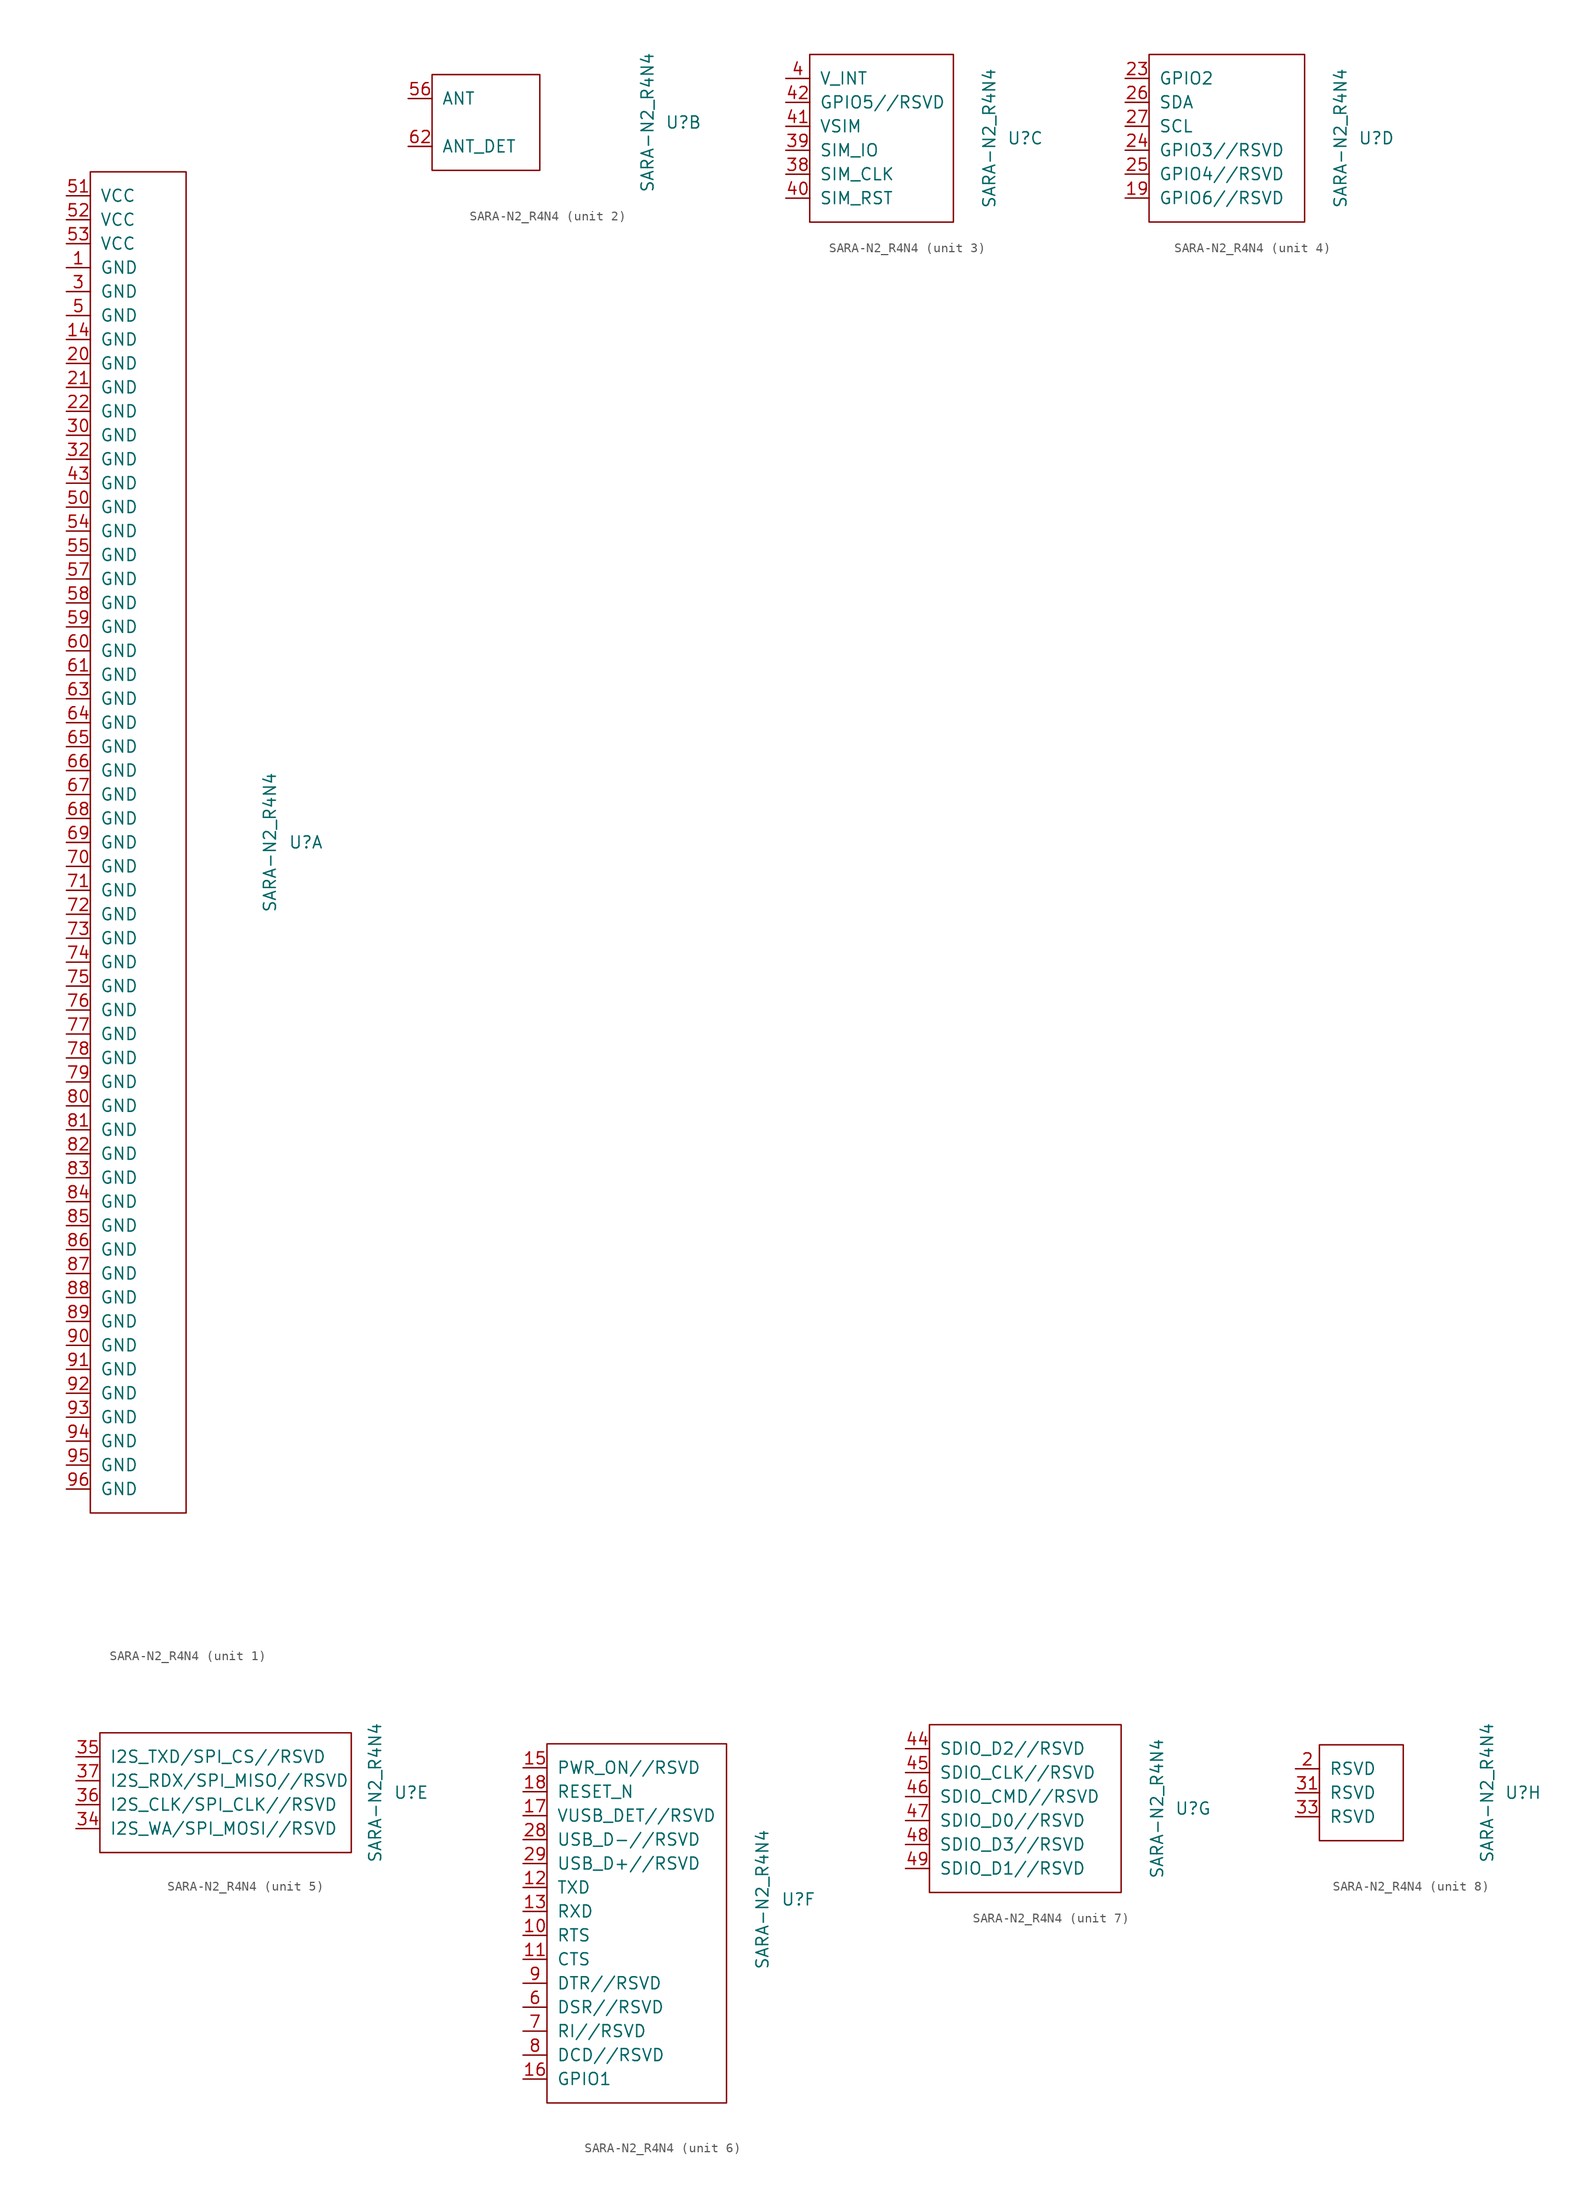
<source format=kicad_sym>
(kicad_symbol_lib
  (version 20211014)
  (generator kicad_symbol_editor)
  (symbol "SARA-N2_R4N4"
    (pin_names
      (offset 1.016))
    (property "Reference" "U"
      (at 20.32 0 0)
      (effects (font (size 1.27 1.27))))
    (property "Value" "SARA-N2_R4N4"
      (at 16.51 0 90)
      (effects (font (size 1.27 1.27))))
    (symbol "SARA-N2_R4N4_1_1"
      (rectangle (start -2.54 71.12) (end 7.62 -71.12) (stroke (width 0) (type default) (color 0 0 0 0)) (fill (type none)))
      (pin passive line (at -5.08 60.96 0) (length 2.54) (name "GND" (effects (font (size 1.27 1.27)))) (number "1" (effects (font (size 1.27 1.27)))))
      (pin passive line (at -5.08 53.34 0) (length 2.54) (name "GND" (effects (font (size 1.27 1.27)))) (number "14" (effects (font (size 1.27 1.27)))))
      (pin passive line (at -5.08 50.8 0) (length 2.54) (name "GND" (effects (font (size 1.27 1.27)))) (number "20" (effects (font (size 1.27 1.27)))))
      (pin passive line (at -5.08 48.26 0) (length 2.54) (name "GND" (effects (font (size 1.27 1.27)))) (number "21" (effects (font (size 1.27 1.27)))))
      (pin passive line (at -5.08 45.72 0) (length 2.54) (name "GND" (effects (font (size 1.27 1.27)))) (number "22" (effects (font (size 1.27 1.27)))))
      (pin passive line (at -5.08 58.42 0) (length 2.54) (name "GND" (effects (font (size 1.27 1.27)))) (number "3" (effects (font (size 1.27 1.27)))))
      (pin passive line (at -5.08 43.18 0) (length 2.54) (name "GND" (effects (font (size 1.27 1.27)))) (number "30" (effects (font (size 1.27 1.27)))))
      (pin passive line (at -5.08 40.64 0) (length 2.54) (name "GND" (effects (font (size 1.27 1.27)))) (number "32" (effects (font (size 1.27 1.27)))))
      (pin passive line (at -5.08 38.1 0) (length 2.54) (name "GND" (effects (font (size 1.27 1.27)))) (number "43" (effects (font (size 1.27 1.27)))))
      (pin passive line (at -5.08 55.88 0) (length 2.54) (name "GND" (effects (font (size 1.27 1.27)))) (number "5" (effects (font (size 1.27 1.27)))))
      (pin passive line (at -5.08 35.56 0) (length 2.54) (name "GND" (effects (font (size 1.27 1.27)))) (number "50" (effects (font (size 1.27 1.27)))))
      (pin passive line (at -5.08 68.58 0) (length 2.54) (name "VCC" (effects (font (size 1.27 1.27)))) (number "51" (effects (font (size 1.27 1.27)))))
      (pin passive line (at -5.08 66.04 0) (length 2.54) (name "VCC" (effects (font (size 1.27 1.27)))) (number "52" (effects (font (size 1.27 1.27)))))
      (pin passive line (at -5.08 63.5 0) (length 2.54) (name "VCC" (effects (font (size 1.27 1.27)))) (number "53" (effects (font (size 1.27 1.27)))))
      (pin passive line (at -5.08 33.02 0) (length 2.54) (name "GND" (effects (font (size 1.27 1.27)))) (number "54" (effects (font (size 1.27 1.27)))))
      (pin passive line (at -5.08 30.48 0) (length 2.54) (name "GND" (effects (font (size 1.27 1.27)))) (number "55" (effects (font (size 1.27 1.27)))))
      (pin passive line (at -5.08 27.94 0) (length 2.54) (name "GND" (effects (font (size 1.27 1.27)))) (number "57" (effects (font (size 1.27 1.27)))))
      (pin passive line (at -5.08 25.4 0) (length 2.54) (name "GND" (effects (font (size 1.27 1.27)))) (number "58" (effects (font (size 1.27 1.27)))))
      (pin passive line (at -5.08 22.86 0) (length 2.54) (name "GND" (effects (font (size 1.27 1.27)))) (number "59" (effects (font (size 1.27 1.27)))))
      (pin passive line (at -5.08 20.32 0) (length 2.54) (name "GND" (effects (font (size 1.27 1.27)))) (number "60" (effects (font (size 1.27 1.27)))))
      (pin passive line (at -5.08 17.78 0) (length 2.54) (name "GND" (effects (font (size 1.27 1.27)))) (number "61" (effects (font (size 1.27 1.27)))))
      (pin passive line (at -5.08 15.24 0) (length 2.54) (name "GND" (effects (font (size 1.27 1.27)))) (number "63" (effects (font (size 1.27 1.27)))))
      (pin passive line (at -5.08 12.7 0) (length 2.54) (name "GND" (effects (font (size 1.27 1.27)))) (number "64" (effects (font (size 1.27 1.27)))))
      (pin passive line (at -5.08 10.16 0) (length 2.54) (name "GND" (effects (font (size 1.27 1.27)))) (number "65" (effects (font (size 1.27 1.27)))))
      (pin passive line (at -5.08 7.62 0) (length 2.54) (name "GND" (effects (font (size 1.27 1.27)))) (number "66" (effects (font (size 1.27 1.27)))))
      (pin passive line (at -5.08 5.08 0) (length 2.54) (name "GND" (effects (font (size 1.27 1.27)))) (number "67" (effects (font (size 1.27 1.27)))))
      (pin passive line (at -5.08 2.54 0) (length 2.54) (name "GND" (effects (font (size 1.27 1.27)))) (number "68" (effects (font (size 1.27 1.27)))))
      (pin passive line (at -5.08 0 0) (length 2.54) (name "GND" (effects (font (size 1.27 1.27)))) (number "69" (effects (font (size 1.27 1.27)))))
      (pin passive line (at -5.08 -2.54 0) (length 2.54) (name "GND" (effects (font (size 1.27 1.27)))) (number "70" (effects (font (size 1.27 1.27)))))
      (pin passive line (at -5.08 -5.08 0) (length 2.54) (name "GND" (effects (font (size 1.27 1.27)))) (number "71" (effects (font (size 1.27 1.27)))))
      (pin passive line (at -5.08 -7.62 0) (length 2.54) (name "GND" (effects (font (size 1.27 1.27)))) (number "72" (effects (font (size 1.27 1.27)))))
      (pin passive line (at -5.08 -10.16 0) (length 2.54) (name "GND" (effects (font (size 1.27 1.27)))) (number "73" (effects (font (size 1.27 1.27)))))
      (pin passive line (at -5.08 -12.7 0) (length 2.54) (name "GND" (effects (font (size 1.27 1.27)))) (number "74" (effects (font (size 1.27 1.27)))))
      (pin passive line (at -5.08 -15.24 0) (length 2.54) (name "GND" (effects (font (size 1.27 1.27)))) (number "75" (effects (font (size 1.27 1.27)))))
      (pin passive line (at -5.08 -17.78 0) (length 2.54) (name "GND" (effects (font (size 1.27 1.27)))) (number "76" (effects (font (size 1.27 1.27)))))
      (pin passive line (at -5.08 -20.32 0) (length 2.54) (name "GND" (effects (font (size 1.27 1.27)))) (number "77" (effects (font (size 1.27 1.27)))))
      (pin passive line (at -5.08 -22.86 0) (length 2.54) (name "GND" (effects (font (size 1.27 1.27)))) (number "78" (effects (font (size 1.27 1.27)))))
      (pin passive line (at -5.08 -25.4 0) (length 2.54) (name "GND" (effects (font (size 1.27 1.27)))) (number "79" (effects (font (size 1.27 1.27)))))
      (pin passive line (at -5.08 -27.94 0) (length 2.54) (name "GND" (effects (font (size 1.27 1.27)))) (number "80" (effects (font (size 1.27 1.27)))))
      (pin passive line (at -5.08 -30.48 0) (length 2.54) (name "GND" (effects (font (size 1.27 1.27)))) (number "81" (effects (font (size 1.27 1.27)))))
      (pin passive line (at -5.08 -33.02 0) (length 2.54) (name "GND" (effects (font (size 1.27 1.27)))) (number "82" (effects (font (size 1.27 1.27)))))
      (pin passive line (at -5.08 -35.56 0) (length 2.54) (name "GND" (effects (font (size 1.27 1.27)))) (number "83" (effects (font (size 1.27 1.27)))))
      (pin passive line (at -5.08 -38.1 0) (length 2.54) (name "GND" (effects (font (size 1.27 1.27)))) (number "84" (effects (font (size 1.27 1.27)))))
      (pin passive line (at -5.08 -40.64 0) (length 2.54) (name "GND" (effects (font (size 1.27 1.27)))) (number "85" (effects (font (size 1.27 1.27)))))
      (pin passive line (at -5.08 -43.18 0) (length 2.54) (name "GND" (effects (font (size 1.27 1.27)))) (number "86" (effects (font (size 1.27 1.27)))))
      (pin passive line (at -5.08 -45.72 0) (length 2.54) (name "GND" (effects (font (size 1.27 1.27)))) (number "87" (effects (font (size 1.27 1.27)))))
      (pin passive line (at -5.08 -48.26 0) (length 2.54) (name "GND" (effects (font (size 1.27 1.27)))) (number "88" (effects (font (size 1.27 1.27)))))
      (pin passive line (at -5.08 -50.8 0) (length 2.54) (name "GND" (effects (font (size 1.27 1.27)))) (number "89" (effects (font (size 1.27 1.27)))))
      (pin passive line (at -5.08 -53.34 0) (length 2.54) (name "GND" (effects (font (size 1.27 1.27)))) (number "90" (effects (font (size 1.27 1.27)))))
      (pin passive line (at -5.08 -55.88 0) (length 2.54) (name "GND" (effects (font (size 1.27 1.27)))) (number "91" (effects (font (size 1.27 1.27)))))
      (pin passive line (at -5.08 -58.42 0) (length 2.54) (name "GND" (effects (font (size 1.27 1.27)))) (number "92" (effects (font (size 1.27 1.27)))))
      (pin passive line (at -5.08 -60.96 0) (length 2.54) (name "GND" (effects (font (size 1.27 1.27)))) (number "93" (effects (font (size 1.27 1.27)))))
      (pin passive line (at -5.08 -63.5 0) (length 2.54) (name "GND" (effects (font (size 1.27 1.27)))) (number "94" (effects (font (size 1.27 1.27)))))
      (pin passive line (at -5.08 -66.04 0) (length 2.54) (name "GND" (effects (font (size 1.27 1.27)))) (number "95" (effects (font (size 1.27 1.27)))))
      (pin passive line (at -5.08 -68.58 0) (length 2.54) (name "GND" (effects (font (size 1.27 1.27)))) (number "96" (effects (font (size 1.27 1.27))))))
    (symbol "SARA-N2_R4N4_2_1"
      (rectangle (start -6.35 5.08) (end 5.08 -5.08) (stroke (width 0) (type default) (color 0 0 0 0)) (fill (type none)))
      (pin passive line (at -8.89 2.54 0) (length 2.54) (name "ANT" (effects (font (size 1.27 1.27)))) (number "56" (effects (font (size 1.27 1.27)))))
      (pin passive line (at -8.89 -2.54 0) (length 2.54) (name "ANT_DET" (effects (font (size 1.27 1.27)))) (number "62" (effects (font (size 1.27 1.27))))))
    (symbol "SARA-N2_R4N4_3_1"
      (rectangle (start -2.54 8.89) (end 12.7 -8.89) (stroke (width 0) (type default) (color 0 0 0 0)) (fill (type none)))
      (pin passive line (at -5.08 -3.81 0) (length 2.54) (name "SIM_CLK" (effects (font (size 1.27 1.27)))) (number "38" (effects (font (size 1.27 1.27)))))
      (pin passive line (at -5.08 -1.27 0) (length 2.54) (name "SIM_IO" (effects (font (size 1.27 1.27)))) (number "39" (effects (font (size 1.27 1.27)))))
      (pin passive line (at -5.08 6.35 0) (length 2.54) (name "V_INT" (effects (font (size 1.27 1.27)))) (number "4" (effects (font (size 1.27 1.27)))))
      (pin passive line (at -5.08 -6.35 0) (length 2.54) (name "SIM_RST" (effects (font (size 1.27 1.27)))) (number "40" (effects (font (size 1.27 1.27)))))
      (pin passive line (at -5.08 1.27 0) (length 2.54) (name "VSIM" (effects (font (size 1.27 1.27)))) (number "41" (effects (font (size 1.27 1.27)))))
      (pin passive line (at -5.08 3.81 0) (length 2.54) (name "GPIO5//RSVD" (effects (font (size 1.27 1.27)))) (number "42" (effects (font (size 1.27 1.27))))))
    (symbol "SARA-N2_R4N4_4_1"
      (rectangle (start -3.81 8.89) (end 12.7 -8.89) (stroke (width 0) (type default) (color 0 0 0 0)) (fill (type none)))
      (pin passive line (at -6.35 -6.35 0) (length 2.54) (name "GPIO6//RSVD" (effects (font (size 1.27 1.27)))) (number "19" (effects (font (size 1.27 1.27)))))
      (pin passive line (at -6.35 6.35 0) (length 2.54) (name "GPIO2" (effects (font (size 1.27 1.27)))) (number "23" (effects (font (size 1.27 1.27)))))
      (pin passive line (at -6.35 -1.27 0) (length 2.54) (name "GPIO3//RSVD" (effects (font (size 1.27 1.27)))) (number "24" (effects (font (size 1.27 1.27)))))
      (pin passive line (at -6.35 -3.81 0) (length 2.54) (name "GPIO4//RSVD" (effects (font (size 1.27 1.27)))) (number "25" (effects (font (size 1.27 1.27)))))
      (pin passive line (at -6.35 3.81 0) (length 2.54) (name "SDA" (effects (font (size 1.27 1.27)))) (number "26" (effects (font (size 1.27 1.27)))))
      (pin passive line (at -6.35 1.27 0) (length 2.54) (name "SCL" (effects (font (size 1.27 1.27)))) (number "27" (effects (font (size 1.27 1.27))))))
    (symbol "SARA-N2_R4N4_5_1"
      (rectangle (start -12.7 6.35) (end 13.97 -6.35) (stroke (width 0) (type default) (color 0 0 0 0)) (fill (type none)))
      (pin passive line (at -15.24 -3.81 0) (length 2.54) (name "I2S_WA/SPI_MOSI//RSVD" (effects (font (size 1.27 1.27)))) (number "34" (effects (font (size 1.27 1.27)))))
      (pin passive line (at -15.24 3.81 0) (length 2.54) (name "I2S_TXD/SPI_CS//RSVD" (effects (font (size 1.27 1.27)))) (number "35" (effects (font (size 1.27 1.27)))))
      (pin passive line (at -15.24 -1.27 0) (length 2.54) (name "I2S_CLK/SPI_CLK//RSVD" (effects (font (size 1.27 1.27)))) (number "36" (effects (font (size 1.27 1.27)))))
      (pin passive line (at -15.24 1.27 0) (length 2.54) (name "I2S_RDX/SPI_MISO//RSVD" (effects (font (size 1.27 1.27)))) (number "37" (effects (font (size 1.27 1.27))))))
    (symbol "SARA-N2_R4N4_6_1"
      (rectangle (start -6.35 16.51) (end 12.7 -21.59) (stroke (width 0) (type default) (color 0 0 0 0)) (fill (type none)))
      (pin passive line (at -8.89 -3.81 0) (length 2.54) (name "RTS" (effects (font (size 1.27 1.27)))) (number "10" (effects (font (size 1.27 1.27)))))
      (pin passive line (at -8.89 -6.35 0) (length 2.54) (name "CTS" (effects (font (size 1.27 1.27)))) (number "11" (effects (font (size 1.27 1.27)))))
      (pin passive line (at -8.89 1.27 0) (length 2.54) (name "TXD" (effects (font (size 1.27 1.27)))) (number "12" (effects (font (size 1.27 1.27)))))
      (pin passive line (at -8.89 -1.27 0) (length 2.54) (name "RXD" (effects (font (size 1.27 1.27)))) (number "13" (effects (font (size 1.27 1.27)))))
      (pin passive line (at -8.89 13.97 0) (length 2.54) (name "PWR_ON//RSVD" (effects (font (size 1.27 1.27)))) (number "15" (effects (font (size 1.27 1.27)))))
      (pin passive line (at -8.89 -19.05 0) (length 2.54) (name "GPIO1" (effects (font (size 1.27 1.27)))) (number "16" (effects (font (size 1.27 1.27)))))
      (pin passive line (at -8.89 8.89 0) (length 2.54) (name "VUSB_DET//RSVD" (effects (font (size 1.27 1.27)))) (number "17" (effects (font (size 1.27 1.27)))))
      (pin passive line (at -8.89 11.43 0) (length 2.54) (name "RESET_N" (effects (font (size 1.27 1.27)))) (number "18" (effects (font (size 1.27 1.27)))))
      (pin passive line (at -8.89 6.35 0) (length 2.54) (name "USB_D-//RSVD" (effects (font (size 1.27 1.27)))) (number "28" (effects (font (size 1.27 1.27)))))
      (pin passive line (at -8.89 3.81 0) (length 2.54) (name "USB_D+//RSVD" (effects (font (size 1.27 1.27)))) (number "29" (effects (font (size 1.27 1.27)))))
      (pin passive line (at -8.89 -11.43 0) (length 2.54) (name "DSR//RSVD" (effects (font (size 1.27 1.27)))) (number "6" (effects (font (size 1.27 1.27)))))
      (pin passive line (at -8.89 -13.97 0) (length 2.54) (name "RI//RSVD" (effects (font (size 1.27 1.27)))) (number "7" (effects (font (size 1.27 1.27)))))
      (pin passive line (at -8.89 -16.51 0) (length 2.54) (name "DCD//RSVD" (effects (font (size 1.27 1.27)))) (number "8" (effects (font (size 1.27 1.27)))))
      (pin passive line (at -8.89 -8.89 0) (length 2.54) (name "DTR//RSVD" (effects (font (size 1.27 1.27)))) (number "9" (effects (font (size 1.27 1.27))))))
    (symbol "SARA-N2_R4N4_7_1"
      (rectangle (start -7.62 8.89) (end 12.7 -8.89) (stroke (width 0) (type default) (color 0 0 0 0)) (fill (type none)))
      (pin passive line (at -10.16 6.35 0) (length 2.54) (name "SDIO_D2//RSVD" (effects (font (size 1.27 1.27)))) (number "44" (effects (font (size 1.27 1.27)))))
      (pin passive line (at -10.16 3.81 0) (length 2.54) (name "SDIO_CLK//RSVD" (effects (font (size 1.27 1.27)))) (number "45" (effects (font (size 1.27 1.27)))))
      (pin passive line (at -10.16 1.27 0) (length 2.54) (name "SDIO_CMD//RSVD" (effects (font (size 1.27 1.27)))) (number "46" (effects (font (size 1.27 1.27)))))
      (pin passive line (at -10.16 -1.27 0) (length 2.54) (name "SDIO_D0//RSVD" (effects (font (size 1.27 1.27)))) (number "47" (effects (font (size 1.27 1.27)))))
      (pin passive line (at -10.16 -3.81 0) (length 2.54) (name "SDIO_D3//RSVD" (effects (font (size 1.27 1.27)))) (number "48" (effects (font (size 1.27 1.27)))))
      (pin passive line (at -10.16 -6.35 0) (length 2.54) (name "SDIO_D1//RSVD" (effects (font (size 1.27 1.27)))) (number "49" (effects (font (size 1.27 1.27))))))
    (symbol "SARA-N2_R4N4_8_1"
      (rectangle (start -1.27 5.08) (end 7.62 -5.08) (stroke (width 0) (type default) (color 0 0 0 0)) (fill (type none)))
      (pin passive line (at -3.81 2.54 0) (length 2.54) (name "RSVD" (effects (font (size 1.27 1.27)))) (number "2" (effects (font (size 1.27 1.27)))))
      (pin passive line (at -3.81 0 0) (length 2.54) (name "RSVD" (effects (font (size 1.27 1.27)))) (number "31" (effects (font (size 1.27 1.27)))))
      (pin passive line (at -3.81 -2.54 0) (length 2.54) (name "RSVD" (effects (font (size 1.27 1.27)))) (number "33" (effects (font (size 1.27 1.27))))))))
</source>
